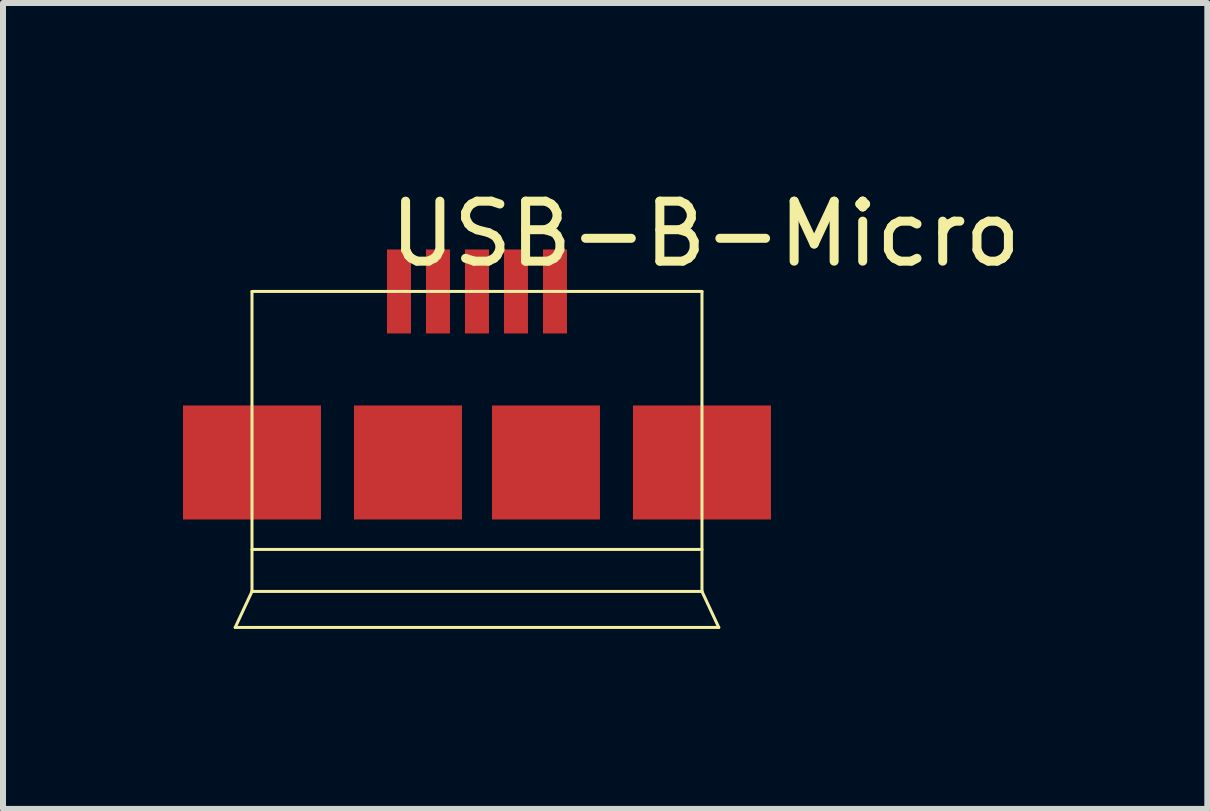
<source format=kicad_pcb>
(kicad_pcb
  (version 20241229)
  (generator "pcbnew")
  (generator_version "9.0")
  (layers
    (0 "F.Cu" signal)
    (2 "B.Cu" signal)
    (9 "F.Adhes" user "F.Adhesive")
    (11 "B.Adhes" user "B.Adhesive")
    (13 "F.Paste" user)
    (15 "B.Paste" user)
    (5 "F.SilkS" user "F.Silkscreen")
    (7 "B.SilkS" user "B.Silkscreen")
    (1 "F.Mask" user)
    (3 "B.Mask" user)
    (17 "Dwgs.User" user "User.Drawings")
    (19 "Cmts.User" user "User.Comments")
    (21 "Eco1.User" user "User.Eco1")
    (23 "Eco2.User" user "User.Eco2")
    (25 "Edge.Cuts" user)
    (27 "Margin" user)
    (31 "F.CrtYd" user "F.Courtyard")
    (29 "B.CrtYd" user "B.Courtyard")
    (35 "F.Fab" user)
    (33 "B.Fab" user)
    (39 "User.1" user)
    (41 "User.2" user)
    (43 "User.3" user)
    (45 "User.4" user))
  (footprint "USB-B-Micro"
    (layer "F.Cu")
    (at 4.9 4.658)
    (property "Reference" "USB-B-Micro" (at 3.81 -3.81 0) (layer "F.SilkS") (effects (font (size 1 1) (thickness 0.15))))
    (attr through_hole)
    (fp_line (start -4.03 2.75) (end 4.03 2.75) (stroke (width 0.05) (type solid)) (layer "F.SilkS"))
    (fp_line (start -3.75 -2.85) (end -3.75 2.15) (stroke (width 0.05) (type solid)) (layer "F.SilkS"))
    (fp_line (start -3.75 -2.85) (end 3.75 -2.85) (stroke (width 0.05) (type solid)) (layer "F.SilkS"))
    (fp_line (start -3.75 1.45) (end 3.75 1.45) (stroke (width 0.05) (type solid)) (layer "F.SilkS"))
    (fp_line (start -3.75 2.15) (end -4.03 2.75) (stroke (width 0.05) (type solid)) (layer "F.SilkS"))
    (fp_line (start -3.75 2.15) (end 3.75 2.15) (stroke (width 0.05) (type solid)) (layer "F.SilkS"))
    (fp_line (start 3.75 -2.85) (end 3.75 2.15) (stroke (width 0.05) (type solid)) (layer "F.SilkS"))
    (fp_line (start 3.75 2.15) (end 4.03 2.75) (stroke (width 0.05) (type solid)) (layer "F.SilkS"))
    (pad "1" smd rect (at -1.3 -2.85) (size 0.4 1.4) (layers "F.Cu" "F.Mask" "F.Paste"))
    (pad "2" smd rect (at -0.65 -2.85) (size 0.4 1.4) (layers "F.Cu" "F.Mask" "F.Paste"))
    (pad "3" smd rect (at 0 -2.85) (size 0.4 1.4) (layers "F.Cu" "F.Mask" "F.Paste"))
    (pad "4" smd rect (at 0.65 -2.85) (size 0.4 1.4) (layers "F.Cu" "F.Mask" "F.Paste"))
    (pad "5" smd rect (at -3.75 0) (size 2.3 1.9) (layers "F.Cu" "F.Mask" "F.Paste"))
    (pad "5" smd rect (at -1.15 0) (size 1.8 1.9) (layers "F.Cu" "F.Mask" "F.Paste"))
    (pad "5" smd rect (at 1.15 0) (size 1.8 1.9) (layers "F.Cu" "F.Mask" "F.Paste"))
    (pad "5" smd rect (at 1.3 -2.85) (size 0.4 1.4) (layers "F.Cu" "F.Mask" "F.Paste"))
    (pad "5" smd rect (at 3.75 0) (size 2.3 1.9) (layers "F.Cu" "F.Mask" "F.Paste")))
  (gr_rect
    (start -3 -3)
    (end 17.073 10.433)
    (stroke (width 0.1) (type default))
    (fill no)
    (layer "Edge.Cuts")))
</source>
